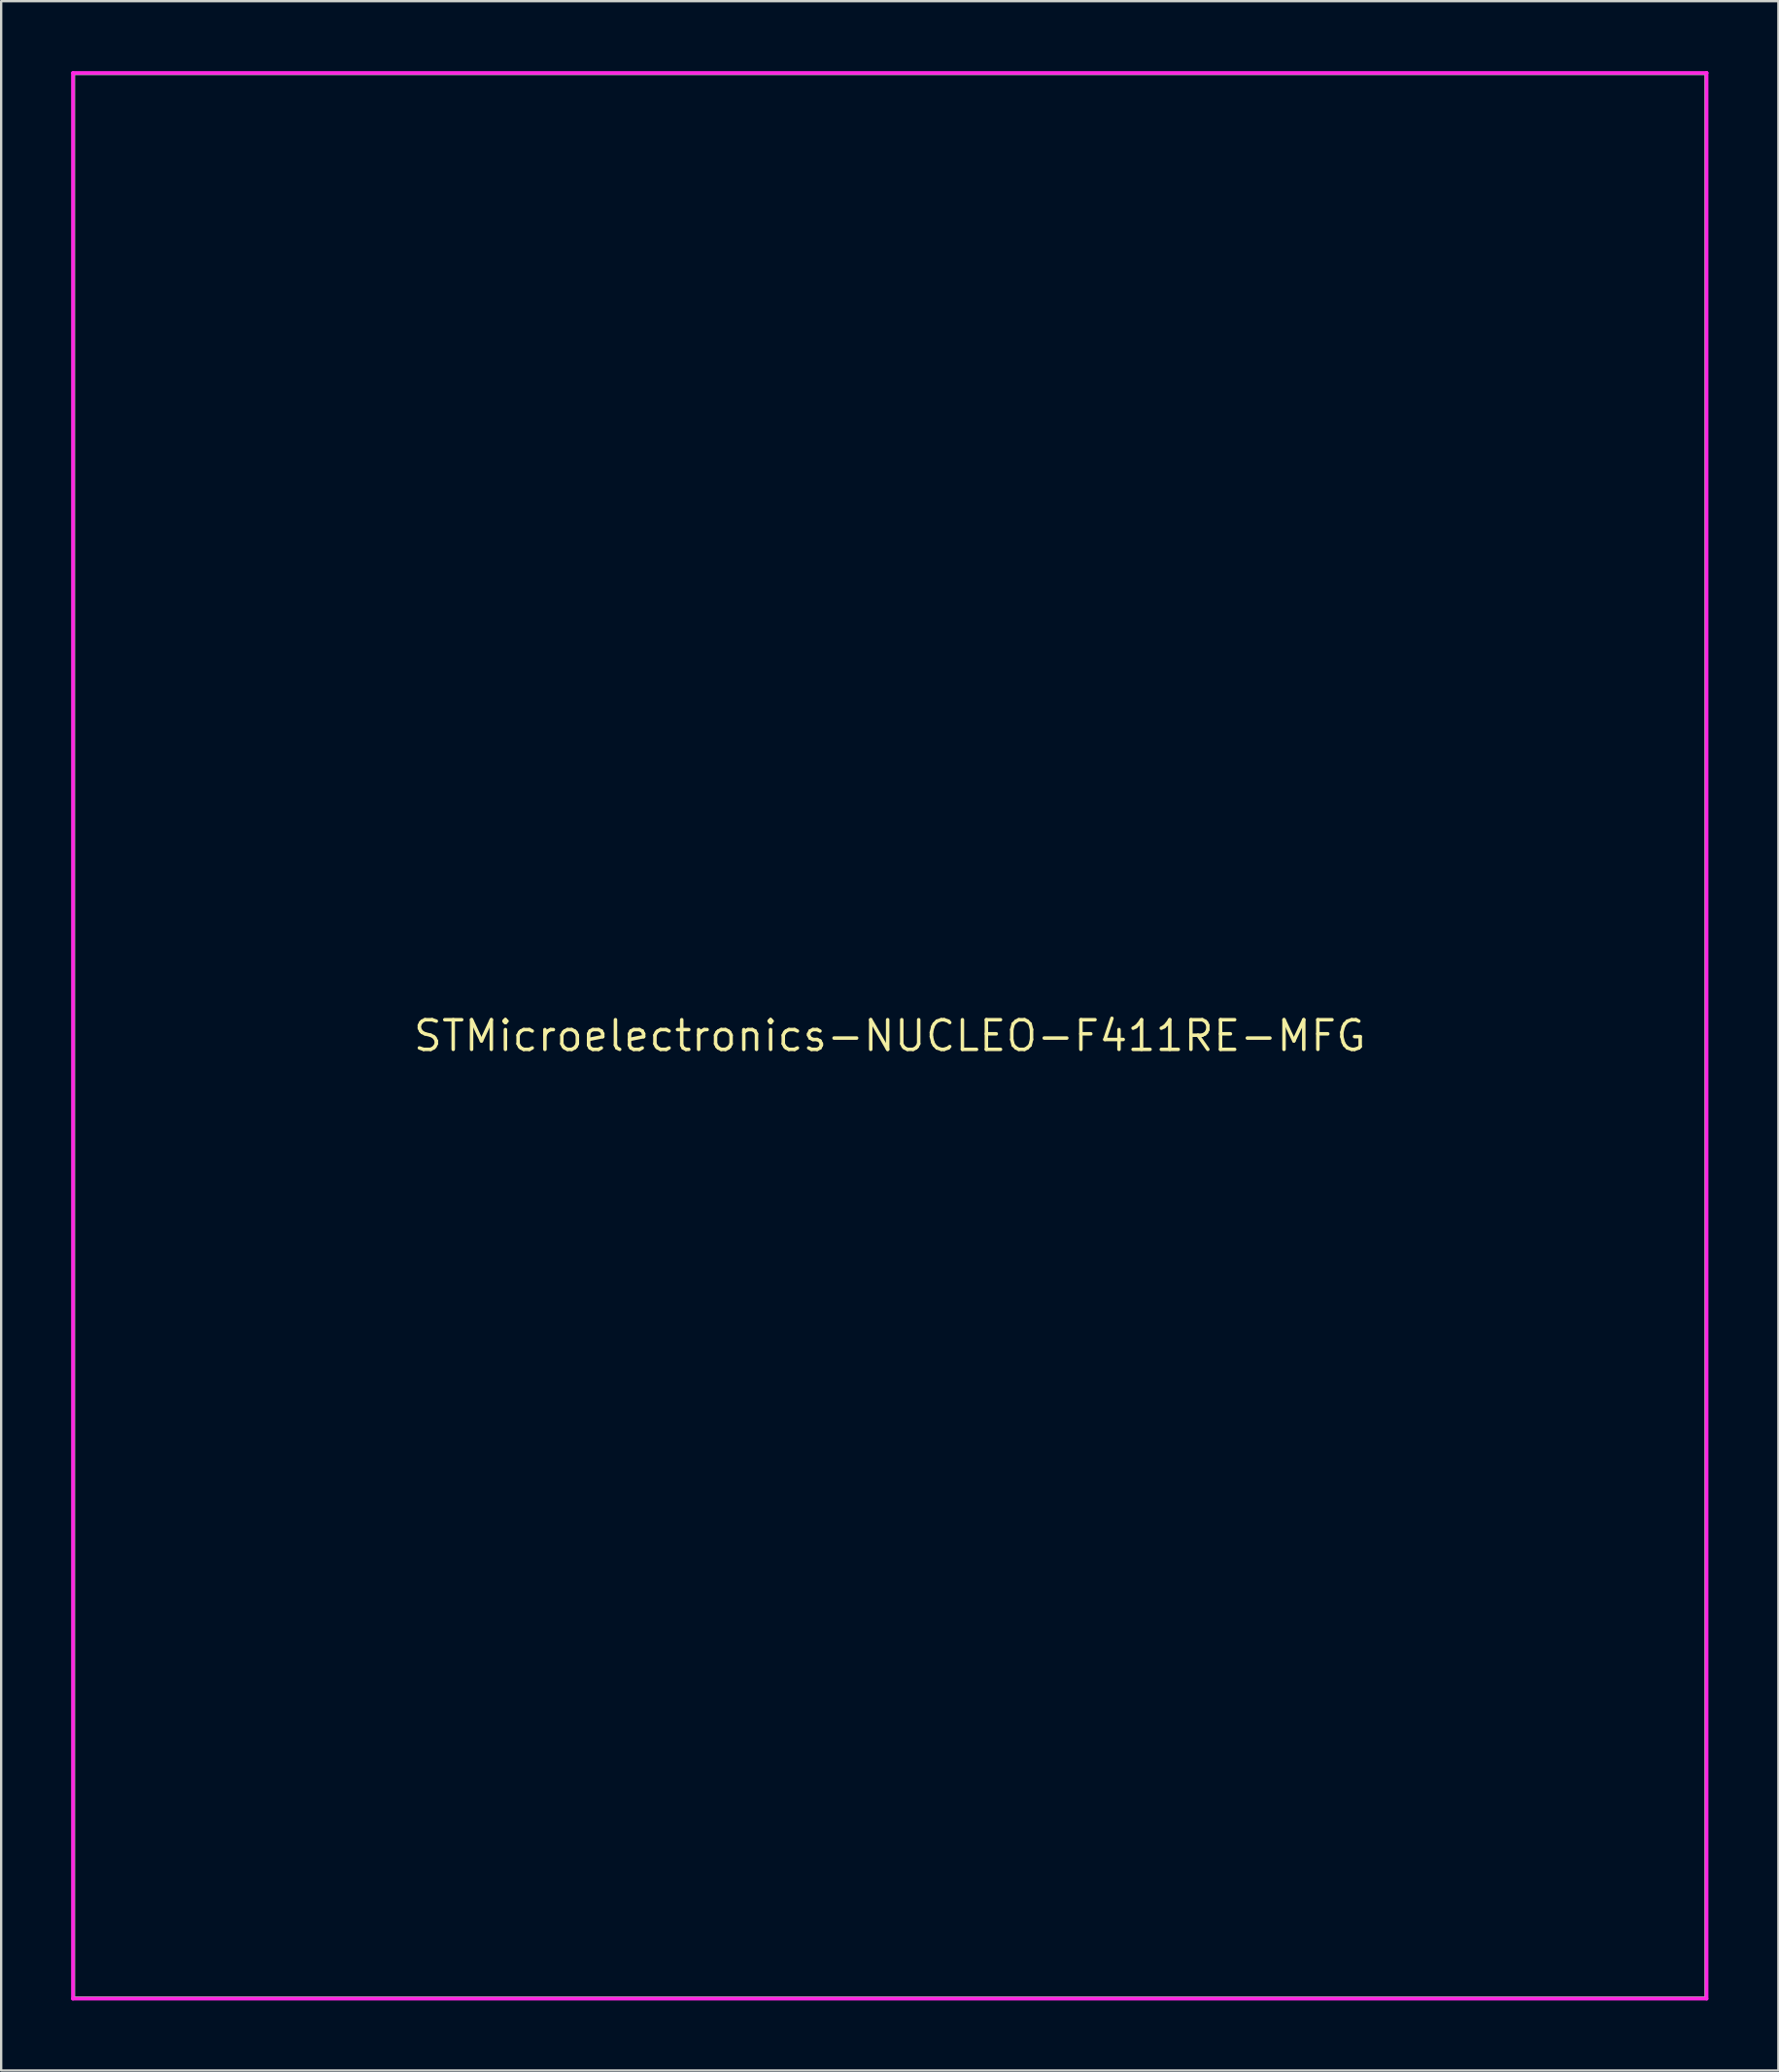
<source format=kicad_pcb>
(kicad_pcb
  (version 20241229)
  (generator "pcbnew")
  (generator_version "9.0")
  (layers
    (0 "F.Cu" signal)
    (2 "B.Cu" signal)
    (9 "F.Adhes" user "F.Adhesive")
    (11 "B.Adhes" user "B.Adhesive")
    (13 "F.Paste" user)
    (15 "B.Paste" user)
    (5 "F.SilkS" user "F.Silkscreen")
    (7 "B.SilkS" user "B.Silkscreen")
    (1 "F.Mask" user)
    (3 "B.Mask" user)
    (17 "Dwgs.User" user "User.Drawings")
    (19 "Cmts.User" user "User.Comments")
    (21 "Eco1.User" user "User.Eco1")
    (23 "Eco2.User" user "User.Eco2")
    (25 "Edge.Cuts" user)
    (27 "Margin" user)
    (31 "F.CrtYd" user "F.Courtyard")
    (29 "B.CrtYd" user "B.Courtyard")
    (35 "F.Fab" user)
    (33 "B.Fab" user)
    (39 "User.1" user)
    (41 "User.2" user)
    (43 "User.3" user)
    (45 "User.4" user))
  (footprint "STMicroelectronics-NUCLEO-F411RE-MFG"
    (layer "F.Cu")
    (at 35.1 41.35)
    (property "Reference" "STMicroelectronics-NUCLEO-F411RE-MFG" (at 0 0 0) (layer "F.SilkS") (effects (font (size 1.27 1.27) (thickness 0.15))))
    (attr through_hole)
    (fp_line (start -35.025 -41.275) (end -35.025 41.275) (stroke (width 0.15) (type solid)) (layer "F.CrtYd"))
    (fp_line (start -35.025 41.275) (end 35.025 41.275) (stroke (width 0.15) (type solid)) (layer "F.CrtYd"))
    (fp_line (start 35.025 -41.275) (end -35.025 -41.275) (stroke (width 0.15) (type solid)) (layer "F.CrtYd"))
    (fp_line (start 35.025 -41.275) (end 35.025 -41.275) (stroke (width 0.15) (type solid)) (layer "F.CrtYd"))
    (fp_line (start 35.025 41.275) (end 35.025 -41.275) (stroke (width 0.15) (type solid)) (layer "F.CrtYd"))
    (fp_line (start -35 -41.25) (end 35 -41.25) (stroke (width 0.15) (type solid)) (layer "F.Fab"))
    (fp_line (start -35 41.25) (end -35 -41.25) (stroke (width 0.15) (type solid)) (layer "F.Fab"))
    (fp_line (start 35 -41.25) (end 35 41.25) (stroke (width 0.15) (type solid)) (layer "F.Fab"))
    (fp_line (start 35 41.25) (end -35 41.25) (stroke (width 0.15) (type solid)) (layer "F.Fab")))
  (gr_rect
    (start -3 -3)
    (end 73.2 85.7)
    (stroke (width 0.1) (type default))
    (fill no)
    (layer "Edge.Cuts")))
</source>
